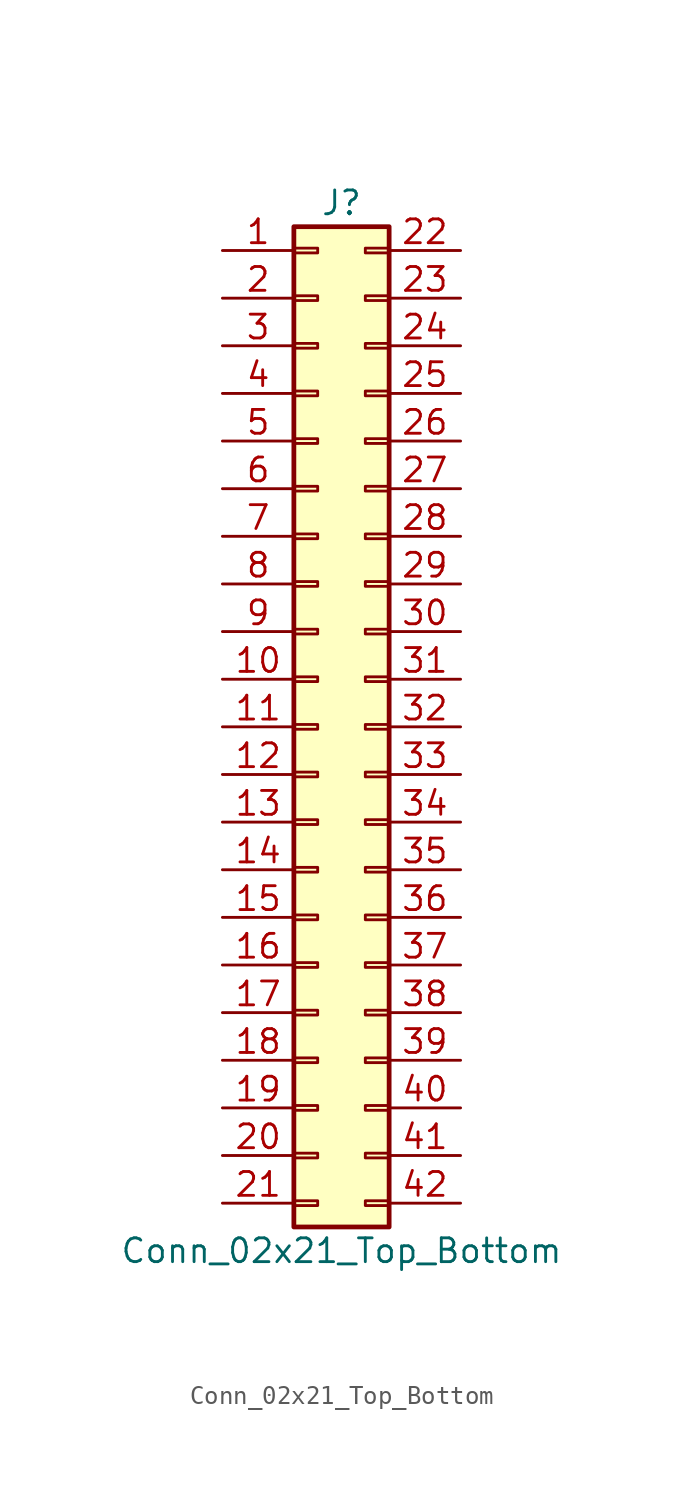
<source format=kicad_sym>
(kicad_symbol_lib
  (version 20220914)
  (generator kicad_symbol_editor)
  (symbol "Conn_02x21_Top_Bottom"
    (pin_names
      (offset 1.016) hide)
    (property "Reference" "J"
      (at 1.27 27.94 0)
      (effects (font (size 1.27 1.27))))
    (property "Value" "Conn_02x21_Top_Bottom"
      (at 1.27 -27.94 0)
      (effects (font (size 1.27 1.27))))
    (symbol "Conn_02x21_Top_Bottom_1_1"
      (rectangle (start -1.27 -25.273) (end 0 -25.527) (stroke (width 0.152) (type solid)) (fill (type none)))
      (rectangle (start -1.27 -22.733) (end 0 -22.987) (stroke (width 0.152) (type solid)) (fill (type none)))
      (rectangle (start -1.27 -20.193) (end 0 -20.447) (stroke (width 0.152) (type solid)) (fill (type none)))
      (rectangle (start -1.27 -17.653) (end 0 -17.907) (stroke (width 0.152) (type solid)) (fill (type none)))
      (rectangle (start -1.27 -15.113) (end 0 -15.367) (stroke (width 0.152) (type solid)) (fill (type none)))
      (rectangle (start -1.27 -12.573) (end 0 -12.827) (stroke (width 0.152) (type solid)) (fill (type none)))
      (rectangle (start -1.27 -10.033) (end 0 -10.287) (stroke (width 0.152) (type solid)) (fill (type none)))
      (rectangle (start -1.27 -7.493) (end 0 -7.747) (stroke (width 0.152) (type solid)) (fill (type none)))
      (rectangle (start -1.27 -4.953) (end 0 -5.207) (stroke (width 0.152) (type solid)) (fill (type none)))
      (rectangle (start -1.27 -2.413) (end 0 -2.667) (stroke (width 0.152) (type solid)) (fill (type none)))
      (rectangle (start -1.27 0.127) (end 0 -0.127) (stroke (width 0.152) (type solid)) (fill (type none)))
      (rectangle (start -1.27 2.667) (end 0 2.413) (stroke (width 0.152) (type solid)) (fill (type none)))
      (rectangle (start -1.27 5.207) (end 0 4.953) (stroke (width 0.152) (type solid)) (fill (type none)))
      (rectangle (start -1.27 7.747) (end 0 7.493) (stroke (width 0.152) (type solid)) (fill (type none)))
      (rectangle (start -1.27 10.287) (end 0 10.033) (stroke (width 0.152) (type solid)) (fill (type none)))
      (rectangle (start -1.27 12.827) (end 0 12.573) (stroke (width 0.152) (type solid)) (fill (type none)))
      (rectangle (start -1.27 15.367) (end 0 15.113) (stroke (width 0.152) (type solid)) (fill (type none)))
      (rectangle (start -1.27 17.907) (end 0 17.653) (stroke (width 0.152) (type solid)) (fill (type none)))
      (rectangle (start -1.27 20.447) (end 0 20.193) (stroke (width 0.152) (type solid)) (fill (type none)))
      (rectangle (start -1.27 22.987) (end 0 22.733) (stroke (width 0.152) (type solid)) (fill (type none)))
      (rectangle (start -1.27 25.527) (end 0 25.273) (stroke (width 0.152) (type solid)) (fill (type none)))
      (rectangle (start -1.27 26.67) (end 3.81 -26.67) (stroke (width 0.254) (type solid)) (fill (type background)))
      (rectangle (start 3.81 -25.273) (end 2.54 -25.527) (stroke (width 0.152) (type solid)) (fill (type none)))
      (rectangle (start 3.81 -22.733) (end 2.54 -22.987) (stroke (width 0.152) (type solid)) (fill (type none)))
      (rectangle (start 3.81 -20.193) (end 2.54 -20.447) (stroke (width 0.152) (type solid)) (fill (type none)))
      (rectangle (start 3.81 -17.653) (end 2.54 -17.907) (stroke (width 0.152) (type solid)) (fill (type none)))
      (rectangle (start 3.81 -15.113) (end 2.54 -15.367) (stroke (width 0.152) (type solid)) (fill (type none)))
      (rectangle (start 3.81 -12.573) (end 2.54 -12.827) (stroke (width 0.152) (type solid)) (fill (type none)))
      (rectangle (start 3.81 -10.033) (end 2.54 -10.287) (stroke (width 0.152) (type solid)) (fill (type none)))
      (rectangle (start 3.81 -7.493) (end 2.54 -7.747) (stroke (width 0.152) (type solid)) (fill (type none)))
      (rectangle (start 3.81 -4.953) (end 2.54 -5.207) (stroke (width 0.152) (type solid)) (fill (type none)))
      (rectangle (start 3.81 -2.413) (end 2.54 -2.667) (stroke (width 0.152) (type solid)) (fill (type none)))
      (rectangle (start 3.81 0.127) (end 2.54 -0.127) (stroke (width 0.152) (type solid)) (fill (type none)))
      (rectangle (start 3.81 2.667) (end 2.54 2.413) (stroke (width 0.152) (type solid)) (fill (type none)))
      (rectangle (start 3.81 5.207) (end 2.54 4.953) (stroke (width 0.152) (type solid)) (fill (type none)))
      (rectangle (start 3.81 7.747) (end 2.54 7.493) (stroke (width 0.152) (type solid)) (fill (type none)))
      (rectangle (start 3.81 10.287) (end 2.54 10.033) (stroke (width 0.152) (type solid)) (fill (type none)))
      (rectangle (start 3.81 12.827) (end 2.54 12.573) (stroke (width 0.152) (type solid)) (fill (type none)))
      (rectangle (start 3.81 15.367) (end 2.54 15.113) (stroke (width 0.152) (type solid)) (fill (type none)))
      (rectangle (start 3.81 17.907) (end 2.54 17.653) (stroke (width 0.152) (type solid)) (fill (type none)))
      (rectangle (start 3.81 20.447) (end 2.54 20.193) (stroke (width 0.152) (type solid)) (fill (type none)))
      (rectangle (start 3.81 22.987) (end 2.54 22.733) (stroke (width 0.152) (type solid)) (fill (type none)))
      (rectangle (start 3.81 25.527) (end 2.54 25.273) (stroke (width 0.152) (type solid)) (fill (type none)))
      (pin passive line (at -5.08 25.4 0) (length 3.81) (name "Pin_1" (effects (font (size 1.27 1.27)))) (number "1" (effects (font (size 1.27 1.27)))))
      (pin passive line (at -5.08 2.54 0) (length 3.81) (name "Pin_10" (effects (font (size 1.27 1.27)))) (number "10" (effects (font (size 1.27 1.27)))))
      (pin passive line (at -5.08 0 0) (length 3.81) (name "Pin_11" (effects (font (size 1.27 1.27)))) (number "11" (effects (font (size 1.27 1.27)))))
      (pin passive line (at -5.08 -2.54 0) (length 3.81) (name "Pin_12" (effects (font (size 1.27 1.27)))) (number "12" (effects (font (size 1.27 1.27)))))
      (pin passive line (at -5.08 -5.08 0) (length 3.81) (name "Pin_13" (effects (font (size 1.27 1.27)))) (number "13" (effects (font (size 1.27 1.27)))))
      (pin passive line (at -5.08 -7.62 0) (length 3.81) (name "Pin_14" (effects (font (size 1.27 1.27)))) (number "14" (effects (font (size 1.27 1.27)))))
      (pin passive line (at -5.08 -10.16 0) (length 3.81) (name "Pin_15" (effects (font (size 1.27 1.27)))) (number "15" (effects (font (size 1.27 1.27)))))
      (pin passive line (at -5.08 -12.7 0) (length 3.81) (name "Pin_16" (effects (font (size 1.27 1.27)))) (number "16" (effects (font (size 1.27 1.27)))))
      (pin passive line (at -5.08 -15.24 0) (length 3.81) (name "Pin_17" (effects (font (size 1.27 1.27)))) (number "17" (effects (font (size 1.27 1.27)))))
      (pin passive line (at -5.08 -17.78 0) (length 3.81) (name "Pin_18" (effects (font (size 1.27 1.27)))) (number "18" (effects (font (size 1.27 1.27)))))
      (pin passive line (at -5.08 -20.32 0) (length 3.81) (name "Pin_19" (effects (font (size 1.27 1.27)))) (number "19" (effects (font (size 1.27 1.27)))))
      (pin passive line (at -5.08 22.86 0) (length 3.81) (name "Pin_2" (effects (font (size 1.27 1.27)))) (number "2" (effects (font (size 1.27 1.27)))))
      (pin passive line (at -5.08 -22.86 0) (length 3.81) (name "Pin_20" (effects (font (size 1.27 1.27)))) (number "20" (effects (font (size 1.27 1.27)))))
      (pin passive line (at -5.08 -25.4 0) (length 3.81) (name "Pin_21" (effects (font (size 1.27 1.27)))) (number "21" (effects (font (size 1.27 1.27)))))
      (pin passive line (at 7.62 25.4 180) (length 3.81) (name "Pin_22" (effects (font (size 1.27 1.27)))) (number "22" (effects (font (size 1.27 1.27)))))
      (pin passive line (at 7.62 22.86 180) (length 3.81) (name "Pin_23" (effects (font (size 1.27 1.27)))) (number "23" (effects (font (size 1.27 1.27)))))
      (pin passive line (at 7.62 20.32 180) (length 3.81) (name "Pin_24" (effects (font (size 1.27 1.27)))) (number "24" (effects (font (size 1.27 1.27)))))
      (pin passive line (at 7.62 17.78 180) (length 3.81) (name "Pin_25" (effects (font (size 1.27 1.27)))) (number "25" (effects (font (size 1.27 1.27)))))
      (pin passive line (at 7.62 15.24 180) (length 3.81) (name "Pin_26" (effects (font (size 1.27 1.27)))) (number "26" (effects (font (size 1.27 1.27)))))
      (pin passive line (at 7.62 12.7 180) (length 3.81) (name "Pin_27" (effects (font (size 1.27 1.27)))) (number "27" (effects (font (size 1.27 1.27)))))
      (pin passive line (at 7.62 10.16 180) (length 3.81) (name "Pin_28" (effects (font (size 1.27 1.27)))) (number "28" (effects (font (size 1.27 1.27)))))
      (pin passive line (at 7.62 7.62 180) (length 3.81) (name "Pin_29" (effects (font (size 1.27 1.27)))) (number "29" (effects (font (size 1.27 1.27)))))
      (pin passive line (at -5.08 20.32 0) (length 3.81) (name "Pin_3" (effects (font (size 1.27 1.27)))) (number "3" (effects (font (size 1.27 1.27)))))
      (pin passive line (at 7.62 5.08 180) (length 3.81) (name "Pin_30" (effects (font (size 1.27 1.27)))) (number "30" (effects (font (size 1.27 1.27)))))
      (pin passive line (at 7.62 2.54 180) (length 3.81) (name "Pin_31" (effects (font (size 1.27 1.27)))) (number "31" (effects (font (size 1.27 1.27)))))
      (pin passive line (at 7.62 0 180) (length 3.81) (name "Pin_32" (effects (font (size 1.27 1.27)))) (number "32" (effects (font (size 1.27 1.27)))))
      (pin passive line (at 7.62 -2.54 180) (length 3.81) (name "Pin_33" (effects (font (size 1.27 1.27)))) (number "33" (effects (font (size 1.27 1.27)))))
      (pin passive line (at 7.62 -5.08 180) (length 3.81) (name "Pin_34" (effects (font (size 1.27 1.27)))) (number "34" (effects (font (size 1.27 1.27)))))
      (pin passive line (at 7.62 -7.62 180) (length 3.81) (name "Pin_35" (effects (font (size 1.27 1.27)))) (number "35" (effects (font (size 1.27 1.27)))))
      (pin passive line (at 7.62 -10.16 180) (length 3.81) (name "Pin_36" (effects (font (size 1.27 1.27)))) (number "36" (effects (font (size 1.27 1.27)))))
      (pin passive line (at 7.62 -12.7 180) (length 3.81) (name "Pin_37" (effects (font (size 1.27 1.27)))) (number "37" (effects (font (size 1.27 1.27)))))
      (pin passive line (at 7.62 -15.24 180) (length 3.81) (name "Pin_38" (effects (font (size 1.27 1.27)))) (number "38" (effects (font (size 1.27 1.27)))))
      (pin passive line (at 7.62 -17.78 180) (length 3.81) (name "Pin_39" (effects (font (size 1.27 1.27)))) (number "39" (effects (font (size 1.27 1.27)))))
      (pin passive line (at -5.08 17.78 0) (length 3.81) (name "Pin_4" (effects (font (size 1.27 1.27)))) (number "4" (effects (font (size 1.27 1.27)))))
      (pin passive line (at 7.62 -20.32 180) (length 3.81) (name "Pin_40" (effects (font (size 1.27 1.27)))) (number "40" (effects (font (size 1.27 1.27)))))
      (pin passive line (at 7.62 -22.86 180) (length 3.81) (name "Pin_41" (effects (font (size 1.27 1.27)))) (number "41" (effects (font (size 1.27 1.27)))))
      (pin passive line (at 7.62 -25.4 180) (length 3.81) (name "Pin_42" (effects (font (size 1.27 1.27)))) (number "42" (effects (font (size 1.27 1.27)))))
      (pin passive line (at -5.08 15.24 0) (length 3.81) (name "Pin_5" (effects (font (size 1.27 1.27)))) (number "5" (effects (font (size 1.27 1.27)))))
      (pin passive line (at -5.08 12.7 0) (length 3.81) (name "Pin_6" (effects (font (size 1.27 1.27)))) (number "6" (effects (font (size 1.27 1.27)))))
      (pin passive line (at -5.08 10.16 0) (length 3.81) (name "Pin_7" (effects (font (size 1.27 1.27)))) (number "7" (effects (font (size 1.27 1.27)))))
      (pin passive line (at -5.08 7.62 0) (length 3.81) (name "Pin_8" (effects (font (size 1.27 1.27)))) (number "8" (effects (font (size 1.27 1.27)))))
      (pin passive line (at -5.08 5.08 0) (length 3.81) (name "Pin_9" (effects (font (size 1.27 1.27)))) (number "9" (effects (font (size 1.27 1.27))))))))
</source>
